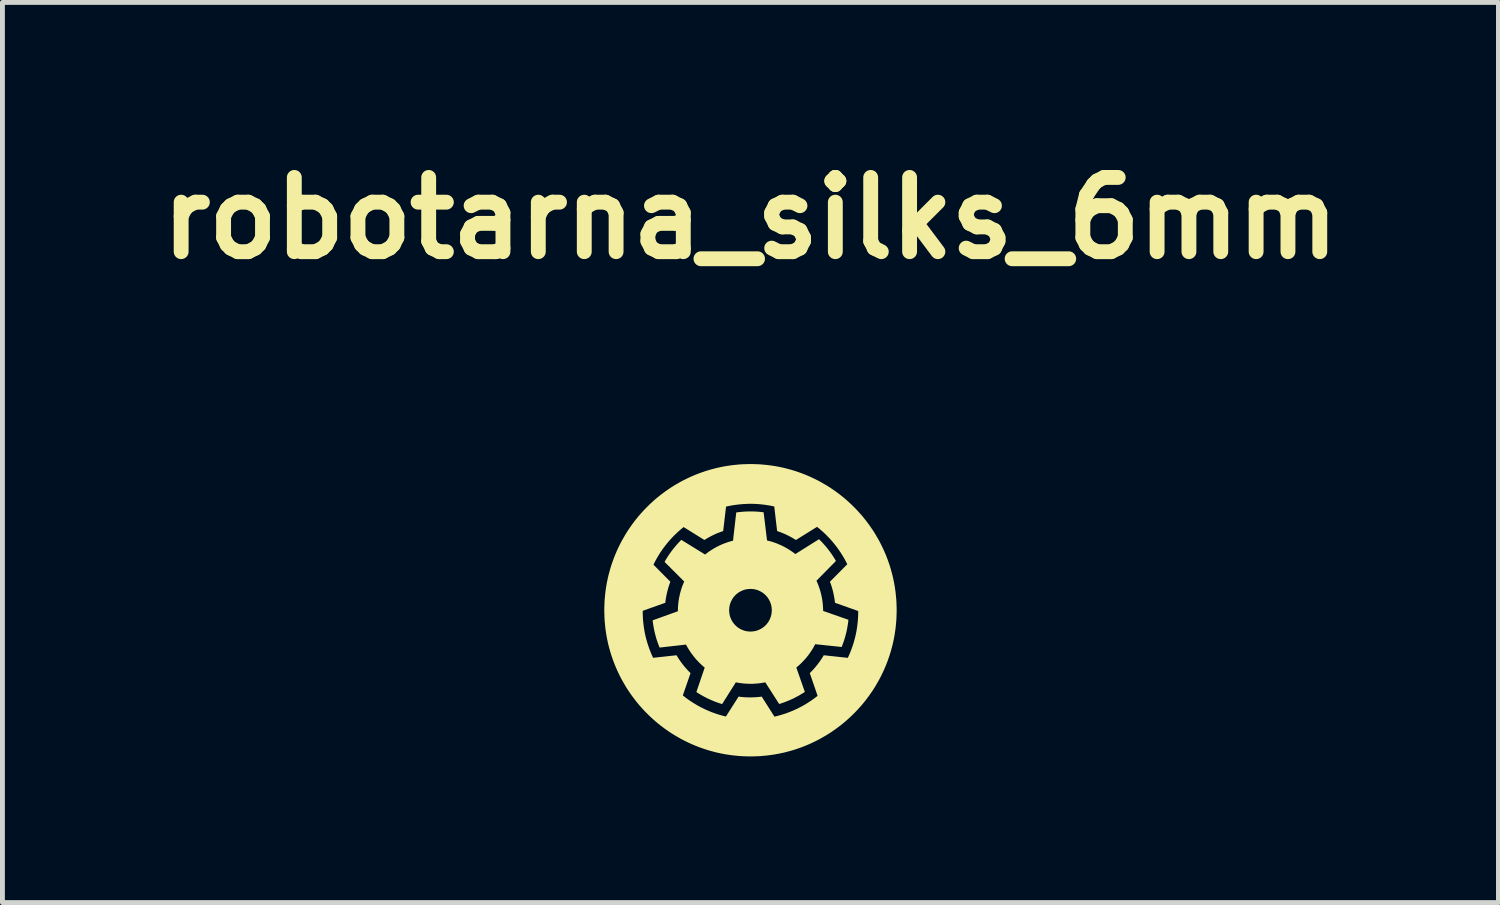
<source format=kicad_pcb>
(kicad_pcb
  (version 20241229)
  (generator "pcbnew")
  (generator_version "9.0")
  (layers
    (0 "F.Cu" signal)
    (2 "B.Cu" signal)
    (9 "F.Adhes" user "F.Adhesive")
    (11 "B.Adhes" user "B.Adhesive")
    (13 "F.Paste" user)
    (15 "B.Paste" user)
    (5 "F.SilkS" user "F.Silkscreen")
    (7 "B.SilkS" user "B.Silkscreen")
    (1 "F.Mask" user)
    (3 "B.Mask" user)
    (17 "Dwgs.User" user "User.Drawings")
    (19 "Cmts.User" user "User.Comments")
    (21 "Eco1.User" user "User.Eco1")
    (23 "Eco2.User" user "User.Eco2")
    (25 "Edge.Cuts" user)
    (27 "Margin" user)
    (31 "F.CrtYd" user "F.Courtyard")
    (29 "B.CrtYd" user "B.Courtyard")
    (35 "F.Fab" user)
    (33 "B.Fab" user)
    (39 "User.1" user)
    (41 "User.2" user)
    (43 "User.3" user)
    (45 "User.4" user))
  (footprint "robotarna_silks_6mm"
    (layer "F.Cu")
    (at 12.352 9.474)
    (property "Reference" "robotarna_silks_6mm" (at 0 -8.048 0) (layer "F.SilkS") (effects (font (size 1.524 1.524) (thickness 0.305))))
    (attr smd)
    (fp_poly (pts (xy -0.000005 0.438) (xy -1.984 0.368) (xy -1.977 0.4) (xy -1.971 0.431) (xy -1.963 0.463) (xy -1.956 0.494) (xy -1.947 0.525) (xy -1.939 0.556) (xy -1.93 0.587) (xy -1.92 0.617) (xy -1.91 0.647) (xy -1.899 0.677) (xy -1.888 0.707) (xy -1.877 0.737) (xy -1.865 0.766) (xy -1.323 0.705) (xy -1.307 0.734) (xy -1.292 0.762) (xy -1.275 0.79) (xy -1.258 0.817) (xy -1.241 0.844) (xy -1.222 0.871) (xy -1.204 0.897) (xy -1.184 0.923) (xy -1.165 0.948) (xy -1.144 0.973) (xy -1.124 0.998) (xy -1.102 1.022) (xy -1.08 1.045) (xy -1.058 1.068) (xy -1.035 1.091) (xy -1.012 1.113) (xy -0.988 1.135) (xy -0.964 1.156) (xy -0.939 1.176) (xy -1.11 1.678) (xy -1.083 1.696) (xy -1.056 1.713) (xy -1.028 1.73) (xy -1 1.746) (xy -0.972 1.762) (xy -0.944 1.777) (xy -0.915 1.792) (xy -0.886 1.807) (xy -0.856 1.821) (xy -0.827 1.834) (xy -0.797 1.847) (xy -0.767 1.86) (xy -0.737 1.872) (xy -0.706 1.884) (xy -0.675 1.895) (xy -0.644 1.906) (xy -0.613 1.916) (xy -0.582 1.926) (xy -0.3 1.479) (xy -0.268 1.486) (xy -0.235 1.491) (xy -0.203 1.496) (xy -0.17 1.5) (xy -0.136 1.504) (xy -0.103 1.506) (xy -0.069 1.508) (xy -0.035 1.509) (xy -0.001 1.51) (xy 0.03 1.51) (xy 0.061 1.509) (xy 0.092 1.507) (xy 0.123 1.505) (xy 0.154 1.502) (xy 0.184 1.499) (xy 0.214 1.495) (xy 0.244 1.49) (xy 0.274 1.485) (xy 0.304 1.479) (xy 0.589 1.924) (xy 0.62 1.915) (xy 0.651 1.904) (xy 0.682 1.894) (xy 0.713 1.882) (xy 0.743 1.87) (xy 0.773 1.858) (xy 0.803 1.846) (xy 0.833 1.832) (xy 0.863 1.819) (xy 0.892 1.805) (xy 0.921 1.79) (xy 0.949 1.775) (xy 0.978 1.76) (xy 1.006 1.744) (xy 1.034 1.727) (xy 1.061 1.711) (xy 1.089 1.694) (xy 1.116 1.676) (xy 0.941 1.176) (xy 0.966 1.155) (xy 0.991 1.133) (xy 1.015 1.112) (xy 1.039 1.089) (xy 1.062 1.066) (xy 1.084 1.043) (xy 1.106 1.019) (xy 1.128 0.995) (xy 1.149 0.97) (xy 1.17 0.944) (xy 1.19 0.919) (xy 1.209 0.892) (xy 1.228 0.866) (xy 1.246 0.839) (xy 1.264 0.811) (xy 1.281 0.783) (xy 1.297 0.755) (xy 1.313 0.726) (xy 1.329 0.697) (xy 1.872 0.754) (xy 1.883 0.725) (xy 1.894 0.695) (xy 1.905 0.665) (xy 1.916 0.635) (xy 1.925 0.605) (xy 1.935 0.575) (xy 1.944 0.544) (xy 1.952 0.514) (xy 1.96 0.483) (xy 1.968 0.451) (xy 1.975 0.42) (xy 1.981 0.389) (xy 1.987 0.357) (xy 1.993 0.325) (xy 1.998 0.293) (xy 2.003 0.261) (xy 2.007 0.228) (xy 2.01 0.196) (xy 1.491 0.014) (xy 1.491 -0.021) (xy 1.489 -0.056) (xy 1.487 -0.09) (xy 1.484 -0.124) (xy 1.481 -0.158) (xy 1.476 -0.192) (xy 1.471 -0.225) (xy 1.465 -0.259) (xy 1.459 -0.291) (xy 1.451 -0.324) (xy 1.443 -0.357) (xy 1.435 -0.389) (xy 1.425 -0.421) (xy 1.415 -0.452) (xy 1.404 -0.483) (xy 1.393 -0.514) (xy 1.381 -0.545) (xy 1.368 -0.575) (xy 1.354 -0.605) (xy 1.754 -1.011) (xy 1.737 -1.04) (xy 1.72 -1.069) (xy 1.702 -1.097) (xy 1.684 -1.125) (xy 1.665 -1.153) (xy 1.646 -1.18) (xy 1.626 -1.207) (xy 1.606 -1.234) (xy 1.585 -1.26) (xy 1.565 -1.286) (xy 1.543 -1.312) (xy 1.521 -1.337) (xy 1.499 -1.362) (xy 1.477 -1.387) (xy 1.454 -1.411) (xy 1.43 -1.434) (xy 1.407 -1.458) (xy 0.921 -1.153) (xy 0.895 -1.173) (xy 0.869 -1.192) (xy 0.843 -1.21) (xy 0.816 -1.228) (xy 0.789 -1.246) (xy 0.762 -1.262) (xy 0.734 -1.279) (xy 0.706 -1.294) (xy 0.677 -1.309) (xy 0.648 -1.324) (xy 0.619 -1.337) (xy 0.589 -1.35) (xy 0.559 -1.363) (xy 0.529 -1.375) (xy 0.498 -1.386) (xy 0.467 -1.397) (xy 0.436 -1.407) (xy 0.404 -1.416) (xy 0.372 -1.424) (xy 0.34 -1.432) (xy 0.27 -2.01) (xy 0.237 -2.014) (xy 0.204 -2.018) (xy 0.171 -2.021) (xy 0.138 -2.023) (xy 0.105 -2.025) (xy 0.071 -2.027) (xy 0.037 -2.027) (xy 0.003 -2.028) (xy -0.03 -2.027) (xy -0.063 -2.027) (xy -0.096 -2.025) (xy -0.13 -2.024) (xy -0.162 -2.021) (xy -0.195 -2.018) (xy -0.228 -2.015) (xy -0.26 -2.011) (xy -0.292 -2.006) (xy -0.358 -1.427) (xy -0.39 -1.419) (xy -0.422 -1.41) (xy -0.453 -1.401) (xy -0.484 -1.39) (xy -0.514 -1.379) (xy -0.545 -1.368) (xy -0.575 -1.356) (xy -0.604 -1.343) (xy -0.634 -1.33) (xy -0.663 -1.315) (xy -0.691 -1.301) (xy -0.719 -1.286) (xy -0.747 -1.27) (xy -0.775 -1.253) (xy -0.802 -1.236) (xy -0.829 -1.219) (xy -0.855 -1.201) (xy -0.881 -1.182) (xy -0.906 -1.163) (xy -0.931 -1.143) (xy -1.419 -1.444) (xy -1.443 -1.421) (xy -1.466 -1.396) (xy -1.489 -1.372) (xy -1.511 -1.347) (xy -1.533 -1.322) (xy -1.554 -1.296) (xy -1.576 -1.27) (xy -1.596 -1.244) (xy -1.617 -1.217) (xy -1.636 -1.19) (xy -1.656 -1.163) (xy -1.675 -1.135) (xy -1.693 -1.108) (xy -1.711 -1.079) (xy -1.729 -1.051) (xy -1.746 -1.022) (xy -1.763 -0.992) (xy -1.36 -0.589) (xy -1.373 -0.559) (xy -1.385 -0.53) (xy -1.397 -0.5) (xy -1.408 -0.469) (xy -1.418 -0.439) (xy -1.427 -0.408) (xy -1.436 -0.376) (xy -1.445 -0.345) (xy -1.452 -0.313) (xy -1.459 -0.281) (xy -1.466 -0.249) (xy -1.471 -0.216) (xy -1.476 -0.184) (xy -1.48 -0.151) (xy -1.483 -0.117) (xy -1.486 -0.084) (xy -1.488 -0.05) (xy -1.489 -0.017) (xy -1.49 0.018) (xy -1.49 0.021) (xy -2.007 0.207) (xy -2.004 0.239) (xy -1.999 0.272) (xy -1.995 0.304) (xy -1.989 0.336) (xy -1.984 0.368) (xy -0.000005 0.438) (xy -0.031 0.436) (xy -0.062 0.433) (xy -0.092 0.428) (xy -0.121 0.421) (xy -0.15 0.411) (xy -0.177 0.4) (xy -0.204 0.387) (xy -0.229 0.373) (xy -0.254 0.357) (xy -0.277 0.339) (xy -0.299 0.32) (xy -0.32 0.299) (xy -0.339 0.277) (xy -0.357 0.254) (xy -0.373 0.229) (xy -0.387 0.204) (xy -0.4 0.177) (xy -0.411 0.15) (xy -0.421 0.121) (xy -0.428 0.092) (xy -0.433 0.062) (xy -0.436 0.031) (xy -0.438 0.00001) (xy -0.436 -0.031) (xy -0.433 -0.062) (xy -0.428 -0.092) (xy -0.421 -0.121) (xy -0.411 -0.15) (xy -0.4 -0.177) (xy -0.387 -0.204) (xy -0.373 -0.229) (xy -0.357 -0.254) (xy -0.339 -0.277) (xy -0.32 -0.299) (xy -0.299 -0.32) (xy -0.277 -0.339) (xy -0.254 -0.357) (xy -0.229 -0.373) (xy -0.204 -0.387) (xy -0.177 -0.4) (xy -0.15 -0.411) (xy -0.121 -0.421) (xy -0.092 -0.428) (xy -0.062 -0.433) (xy -0.031 -0.436) (xy -0.000005 -0.438) (xy 0.031 -0.436) (xy 0.062 -0.433) (xy 0.092 -0.428) (xy 0.121 -0.421) (xy 0.15 -0.411) (xy 0.177 -0.4) (xy 0.204 -0.387) (xy 0.229 -0.373) (xy 0.254 -0.357) (xy 0.277 -0.339) (xy 0.299 -0.32) (xy 0.32 -0.299) (xy 0.339 -0.277) (xy 0.357 -0.254) (xy 0.373 -0.229) (xy 0.387 -0.204) (xy 0.4 -0.177) (xy 0.411 -0.15) (xy 0.421 -0.121) (xy 0.428 -0.092) (xy 0.433 -0.062) (xy 0.436 -0.031) (xy 0.438 0.00001) (xy 0.436 0.031) (xy 0.433 0.062) (xy 0.428 0.092) (xy 0.421 0.121) (xy 0.411 0.15) (xy 0.4 0.177) (xy 0.387 0.204) (xy 0.373 0.229) (xy 0.357 0.254) (xy 0.339 0.277) (xy 0.32 0.299) (xy 0.299 0.32) (xy 0.277 0.339) (xy 0.254 0.357) (xy 0.229 0.373) (xy 0.204 0.387) (xy 0.177 0.4) (xy 0.15 0.411) (xy 0.121 0.421) (xy 0.092 0.428) (xy 0.062 0.433) (xy 0.031 0.436) (xy -0.000005 0.438)) (stroke (width 0) (type solid)) (fill yes) (layer "F.SilkS"))
    (fp_poly (pts (xy 1.998 0.977) (xy 0.443 2.967) (xy 0.474 2.963) (xy 0.505 2.958) (xy 0.536 2.952) (xy 0.566 2.947) (xy 0.597 2.941) (xy 0.627 2.934) (xy 0.658 2.928) (xy 0.688 2.921) (xy 0.718 2.914) (xy 0.748 2.906) (xy 0.778 2.898) (xy 0.807 2.89) (xy 0.837 2.882) (xy 0.866 2.873) (xy 0.896 2.864) (xy 0.925 2.855) (xy 0.954 2.845) (xy 0.983 2.835) (xy 1.012 2.825) (xy 1.04 2.815) (xy 1.069 2.804) (xy 1.097 2.793) (xy 1.126 2.782) (xy 1.154 2.77) (xy 1.182 2.758) (xy 1.21 2.746) (xy 1.237 2.734) (xy 1.265 2.721) (xy 1.292 2.708) (xy 1.319 2.695) (xy 1.346 2.682) (xy 1.373 2.668) (xy 1.4 2.654) (xy 1.427 2.64) (xy 1.453 2.625) (xy 1.479 2.61) (xy 1.505 2.595) (xy 1.531 2.58) (xy 1.557 2.565) (xy 1.583 2.549) (xy 1.608 2.533) (xy 1.634 2.517) (xy 1.659 2.5) (xy 1.684 2.483) (xy 1.708 2.466) (xy 1.733 2.449) (xy 1.757 2.432) (xy 1.781 2.414) (xy 1.805 2.396) (xy 1.829 2.378) (xy 1.853 2.36) (xy 1.876 2.341) (xy 1.9 2.322) (xy 1.923 2.303) (xy 1.946 2.284) (xy 1.968 2.264) (xy 1.991 2.244) (xy 2.013 2.224) (xy 2.035 2.204) (xy 2.057 2.184) (xy 2.079 2.163) (xy 2.1 2.142) (xy 2.121 2.121) (xy 2.142 2.1) (xy 2.163 2.079) (xy 2.184 2.057) (xy 2.204 2.035) (xy 2.224 2.013) (xy 2.244 1.991) (xy 2.264 1.968) (xy 2.284 1.946) (xy 2.303 1.923) (xy 2.322 1.9) (xy 2.341 1.876) (xy 2.36 1.853) (xy 2.378 1.829) (xy 2.396 1.805) (xy 2.414 1.781) (xy 2.432 1.757) (xy 2.449 1.733) (xy 2.466 1.708) (xy 2.483 1.684) (xy 2.5 1.659) (xy 2.517 1.634) (xy 2.533 1.608) (xy 2.549 1.583) (xy 2.565 1.557) (xy 2.58 1.531) (xy 2.595 1.505) (xy 2.61 1.479) (xy 2.625 1.453) (xy 2.64 1.427) (xy 2.654 1.4) (xy 2.668 1.373) (xy 2.682 1.346) (xy 2.695 1.319) (xy 2.708 1.292) (xy 2.721 1.265) (xy 2.734 1.237) (xy 2.746 1.21) (xy 2.758 1.182) (xy 2.77 1.154) (xy 2.782 1.126) (xy 2.793 1.097) (xy 2.804 1.069) (xy 2.815 1.04) (xy 2.825 1.012) (xy 2.835 0.983) (xy 2.845 0.954) (xy 2.855 0.925) (xy 2.864 0.896) (xy 2.873 0.866) (xy 2.882 0.837) (xy 2.89 0.807) (xy 2.898 0.778) (xy 2.906 0.748) (xy 2.914 0.718) (xy 2.921 0.688) (xy 2.928 0.658) (xy 2.934 0.627) (xy 2.941 0.597) (xy 2.947 0.566) (xy 2.952 0.536) (xy 2.958 0.505) (xy 2.963 0.474) (xy 2.967 0.443) (xy 2.972 0.412) (xy 2.976 0.381) (xy 2.98 0.35) (xy 2.983 0.319) (xy 2.986 0.287) (xy 2.989 0.256) (xy 2.992 0.224) (xy 2.994 0.192) (xy 2.996 0.16) (xy 2.997 0.128) (xy 2.998 0.096) (xy 2.999 0.064) (xy 3 0.032) (xy 3 0.000008) (xy 3 -0.032) (xy 2.999 -0.064) (xy 2.998 -0.096) (xy 2.997 -0.128) (xy 2.996 -0.16) (xy 2.994 -0.192) (xy 2.992 -0.224) (xy 2.989 -0.256) (xy 2.986 -0.287) (xy 2.983 -0.319) (xy 2.98 -0.35) (xy 2.976 -0.381) (xy 2.972 -0.412) (xy 2.967 -0.443) (xy 2.963 -0.474) (xy 2.958 -0.505) (xy 2.952 -0.536) (xy 2.947 -0.566) (xy 2.941 -0.597) (xy 2.934 -0.627) (xy 2.928 -0.658) (xy 2.921 -0.688) (xy 2.914 -0.718) (xy 2.906 -0.748) (xy 2.898 -0.778) (xy 2.89 -0.807) (xy 2.882 -0.837) (xy 2.873 -0.866) (xy 2.864 -0.896) (xy 2.855 -0.925) (xy 2.845 -0.954) (xy 2.835 -0.983) (xy 2.825 -1.012) (xy 2.815 -1.04) (xy 2.804 -1.069) (xy 2.793 -1.097) (xy 2.782 -1.126) (xy 2.77 -1.154) (xy 2.758 -1.182) (xy 2.746 -1.21) (xy 2.734 -1.237) (xy 2.721 -1.265) (xy 2.708 -1.292) (xy 2.695 -1.319) (xy 2.682 -1.346) (xy 2.668 -1.373) (xy 2.654 -1.4) (xy 2.64 -1.427) (xy 2.625 -1.453) (xy 2.61 -1.479) (xy 2.595 -1.505) (xy 2.58 -1.531) (xy 2.565 -1.557) (xy 2.549 -1.583) (xy 2.533 -1.608) (xy 2.517 -1.634) (xy 2.5 -1.659) (xy 2.483 -1.684) (xy 2.466 -1.708) (xy 2.449 -1.733) (xy 2.432 -1.757) (xy 2.414 -1.781) (xy 2.396 -1.805) (xy 2.378 -1.829) (xy 2.36 -1.853) (xy 2.341 -1.876) (xy 2.322 -1.9) (xy 2.303 -1.923) (xy 2.284 -1.946) (xy 2.264 -1.968) (xy 2.244 -1.991) (xy 2.224 -2.013) (xy 2.204 -2.035) (xy 2.184 -2.057) (xy 2.163 -2.079) (xy 2.142 -2.1) (xy 2.121 -2.121) (xy 2.1 -2.142) (xy 2.079 -2.163) (xy 2.057 -2.184) (xy 2.035 -2.204) (xy 2.013 -2.224) (xy 1.991 -2.244) (xy 1.968 -2.264) (xy 1.946 -2.284) (xy 1.923 -2.303) (xy 1.9 -2.322) (xy 1.876 -2.341) (xy 1.853 -2.36) (xy 1.829 -2.378) (xy 1.805 -2.396) (xy 1.781 -2.414) (xy 1.757 -2.432) (xy 1.733 -2.449) (xy 1.708 -2.466) (xy 1.684 -2.483) (xy 1.659 -2.5) (xy 1.634 -2.517) (xy 1.608 -2.533) (xy 1.583 -2.549) (xy 1.557 -2.565) (xy 1.531 -2.58) (xy 1.505 -2.595) (xy 1.479 -2.61) (xy 1.453 -2.625) (xy 1.427 -2.64) (xy 1.4 -2.654) (xy 1.373 -2.668) (xy 1.346 -2.682) (xy 1.319 -2.695) (xy 1.292 -2.708) (xy 1.265 -2.721) (xy 1.237 -2.734) (xy 1.21 -2.746) (xy 1.182 -2.758) (xy 1.154 -2.77) (xy 1.126 -2.782) (xy 1.097 -2.793) (xy 1.069 -2.804) (xy 1.04 -2.815) (xy 1.012 -2.825) (xy 0.983 -2.835) (xy 0.954 -2.845) (xy 0.925 -2.855) (xy 0.896 -2.864) (xy 0.866 -2.873) (xy 0.837 -2.882) (xy 0.807 -2.89) (xy 0.778 -2.898) (xy 0.748 -2.906) (xy 0.718 -2.914) (xy 0.688 -2.921) (xy 0.658 -2.928) (xy 0.627 -2.934) (xy 0.597 -2.941) (xy 0.566 -2.947) (xy 0.536 -2.952) (xy 0.505 -2.958) (xy 0.474 -2.963) (xy 0.443 -2.967) (xy 0.412 -2.972) (xy 0.381 -2.976) (xy 0.35 -2.98) (xy 0.319 -2.983) (xy 0.287 -2.986) (xy 0.256 -2.989) (xy 0.224 -2.992) (xy 0.192 -2.994) (xy 0.16 -2.996) (xy 0.128 -2.997) (xy 0.096 -2.998) (xy 0.064 -2.999) (xy 0.032 -3) (xy -0.000008 -3) (xy -0.032 -3) (xy -0.064 -2.999) (xy -0.096 -2.998) (xy -0.128 -2.997) (xy -0.16 -2.996) (xy -0.192 -2.994) (xy -0.224 -2.992) (xy -0.256 -2.989) (xy -0.287 -2.986) (xy -0.319 -2.983) (xy -0.35 -2.98) (xy -0.381 -2.976) (xy -0.412 -2.972) (xy -0.443 -2.967) (xy -0.474 -2.963) (xy -0.505 -2.958) (xy -0.536 -2.952) (xy -0.566 -2.947) (xy -0.597 -2.941) (xy -0.627 -2.934) (xy -0.658 -2.928) (xy -0.688 -2.921) (xy -0.718 -2.914) (xy -0.748 -2.906) (xy -0.778 -2.898) (xy -0.807 -2.89) (xy -0.837 -2.882) (xy -0.866 -2.873) (xy -0.896 -2.864) (xy -0.925 -2.855) (xy -0.954 -2.845) (xy -0.983 -2.835) (xy -1.012 -2.825) (xy -1.04 -2.815) (xy -1.069 -2.804) (xy -1.097 -2.793) (xy -1.126 -2.782) (xy -1.154 -2.77) (xy -1.182 -2.758) (xy -1.21 -2.746) (xy -1.237 -2.734) (xy -1.265 -2.721) (xy -1.292 -2.708) (xy -1.319 -2.695) (xy -1.346 -2.682) (xy -1.373 -2.668) (xy -1.4 -2.654) (xy -1.427 -2.64) (xy -1.453 -2.625) (xy -1.479 -2.61) (xy -1.505 -2.595) (xy -1.531 -2.58) (xy -1.557 -2.565) (xy -1.583 -2.549) (xy -1.608 -2.533) (xy -1.634 -2.517) (xy -1.659 -2.5) (xy -1.684 -2.483) (xy -1.708 -2.466) (xy -1.733 -2.449) (xy -1.757 -2.432) (xy -1.781 -2.414) (xy -1.805 -2.396) (xy -1.829 -2.378) (xy -1.853 -2.36) (xy -1.876 -2.341) (xy -1.9 -2.322) (xy -1.923 -2.303) (xy -1.946 -2.284) (xy -1.968 -2.264) (xy -1.991 -2.244) (xy -2.013 -2.224) (xy -2.035 -2.204) (xy -2.057 -2.184) (xy -2.079 -2.163) (xy -2.1 -2.142) (xy -2.121 -2.121) (xy -2.142 -2.1) (xy -2.163 -2.079) (xy -2.184 -2.057) (xy -2.204 -2.035) (xy -2.224 -2.013) (xy -2.244 -1.991) (xy -2.264 -1.968) (xy -2.284 -1.946) (xy -2.303 -1.923) (xy -2.322 -1.9) (xy -2.341 -1.876) (xy -2.36 -1.853) (xy -2.378 -1.829) (xy -2.396 -1.805) (xy -2.414 -1.781) (xy -2.432 -1.757) (xy -2.449 -1.733) (xy -2.466 -1.708) (xy -2.483 -1.684) (xy -2.5 -1.659) (xy -2.517 -1.634) (xy -2.533 -1.608) (xy -2.549 -1.583) (xy -2.565 -1.557) (xy -2.58 -1.531) (xy -2.595 -1.505) (xy -2.61 -1.479) (xy -2.625 -1.453) (xy -2.64 -1.427) (xy -2.654 -1.4) (xy -2.668 -1.373) (xy -2.682 -1.346) (xy -2.695 -1.319) (xy -2.708 -1.292) (xy -2.721 -1.265) (xy -2.734 -1.237) (xy -2.746 -1.21) (xy -2.758 -1.182) (xy -2.77 -1.154) (xy -2.782 -1.126) (xy -2.793 -1.097) (xy -2.804 -1.069) (xy -2.815 -1.04) (xy -2.825 -1.012) (xy -2.835 -0.983) (xy -2.845 -0.954) (xy -2.855 -0.925) (xy -2.864 -0.896) (xy -2.873 -0.866) (xy -2.882 -0.837) (xy -2.89 -0.807) (xy -2.898 -0.778) (xy -2.906 -0.748) (xy -2.914 -0.718) (xy -2.921 -0.688) (xy -2.928 -0.658) (xy -2.934 -0.627) (xy -2.941 -0.597) (xy -2.947 -0.566) (xy -2.952 -0.536) (xy -2.958 -0.505) (xy -2.963 -0.474) (xy -2.967 -0.443) (xy -2.972 -0.412) (xy -2.976 -0.381) (xy -2.98 -0.35) (xy -2.983 -0.319) (xy -2.986 -0.287) (xy -2.989 -0.256) (xy -2.992 -0.224) (xy -2.994 -0.192) (xy -2.996 -0.16) (xy -2.997 -0.128) (xy -2.998 -0.096) (xy -2.999 -0.064) (xy -3 -0.032) (xy -3 0.000008) (xy -3 0.032) (xy -2.999 0.064) (xy -2.998 0.096) (xy -2.997 0.128) (xy -2.996 0.16) (xy -2.994 0.192) (xy -2.992 0.224) (xy -2.989 0.256) (xy -2.986 0.287) (xy -2.983 0.319) (xy -2.98 0.35) (xy -2.976 0.381) (xy -2.972 0.412) (xy -2.967 0.443) (xy -2.963 0.474) (xy -2.958 0.505) (xy -2.952 0.536) (xy -2.947 0.566) (xy -2.941 0.597) (xy -2.934 0.627) (xy -2.928 0.658) (xy -2.921 0.688) (xy -2.914 0.718) (xy -2.906 0.748) (xy -2.898 0.778) (xy -2.89 0.807) (xy -2.882 0.837) (xy -2.873 0.866) (xy -2.864 0.896) (xy -2.855 0.925) (xy -2.845 0.954) (xy -2.835 0.983) (xy -2.825 1.012) (xy -2.815 1.04) (xy -2.804 1.069) (xy -2.793 1.097) (xy -2.782 1.126) (xy -2.77 1.154) (xy -2.758 1.182) (xy -2.746 1.21) (xy -2.734 1.237) (xy -2.721 1.265) (xy -2.708 1.292) (xy -2.695 1.319) (xy -2.682 1.346) (xy -2.668 1.373) (xy -2.654 1.4) (xy -2.64 1.427) (xy -2.625 1.453) (xy -2.61 1.479) (xy -2.595 1.505) (xy -2.58 1.531) (xy -2.565 1.557) (xy -2.549 1.583) (xy -2.533 1.608) (xy -2.517 1.634) (xy -2.5 1.659) (xy -2.483 1.684) (xy -2.466 1.708) (xy -2.449 1.733) (xy -2.432 1.757) (xy -2.414 1.781) (xy -2.396 1.805) (xy -2.378 1.829) (xy -2.36 1.853) (xy -2.341 1.876) (xy -2.322 1.9) (xy -2.303 1.923) (xy -2.284 1.946) (xy -2.264 1.968) (xy -2.244 1.991) (xy -2.224 2.013) (xy -2.204 2.035) (xy -2.184 2.057) (xy -2.163 2.079) (xy -2.142 2.1) (xy -2.121 2.121) (xy -2.1 2.142) (xy -2.079 2.163) (xy -2.057 2.184) (xy -2.035 2.204) (xy -2.013 2.224) (xy -1.991 2.244) (xy -1.968 2.264) (xy -1.946 2.284) (xy -1.923 2.303) (xy -1.9 2.322) (xy -1.876 2.341) (xy -1.853 2.36) (xy -1.829 2.378) (xy -1.805 2.396) (xy -1.781 2.414) (xy -1.757 2.432) (xy -1.733 2.449) (xy -1.708 2.466) (xy -1.684 2.483) (xy -1.659 2.5) (xy -1.634 2.517) (xy -1.608 2.533) (xy -1.583 2.549) (xy -1.557 2.565) (xy -1.531 2.58) (xy -1.505 2.595) (xy -1.479 2.61) (xy -1.453 2.625) (xy -1.427 2.64) (xy -1.4 2.654) (xy -1.373 2.668) (xy -1.346 2.682) (xy -1.319 2.695) (xy -1.292 2.708) (xy -1.265 2.721) (xy -1.237 2.734) (xy -1.21 2.746) (xy -1.182 2.758) (xy -1.154 2.77) (xy -1.126 2.782) (xy -1.097 2.793) (xy -1.069 2.804) (xy -1.04 2.815) (xy -1.012 2.825) (xy -0.983 2.835) (xy -0.954 2.845) (xy -0.925 2.855) (xy -0.896 2.864) (xy -0.866 2.873) (xy -0.837 2.882) (xy -0.807 2.89) (xy -0.778 2.898) (xy -0.748 2.906) (xy -0.718 2.914) (xy -0.688 2.921) (xy -0.658 2.928) (xy -0.627 2.934) (xy -0.597 2.941) (xy -0.566 2.947) (xy -0.536 2.952) (xy -0.505 2.958) (xy -0.474 2.963) (xy -0.443 2.967) (xy -0.412 2.972) (xy -0.381 2.976) (xy -0.35 2.98) (xy -0.319 2.983) (xy -0.287 2.986) (xy -0.256 2.989) (xy -0.224 2.992) (xy -0.192 2.994) (xy -0.16 2.996) (xy -0.128 2.997) (xy -0.096 2.998) (xy -0.064 2.999) (xy -0.032 3) (xy -0.000008 3) (xy 0.032 3) (xy 0.064 2.999) (xy 0.096 2.998) (xy 0.128 2.997) (xy 0.16 2.996) (xy 0.192 2.994) (xy 0.224 2.992) (xy 0.256 2.989) (xy 0.287 2.986) (xy 0.319 2.983) (xy 0.35 2.98) (xy 0.381 2.976) (xy 0.412 2.972) (xy 0.443 2.967) (xy 1.998 0.977) (xy 1.504 0.924) (xy 1.487 0.953) (xy 1.469 0.981) (xy 1.451 1.009) (xy 1.432 1.036) (xy 1.413 1.064) (xy 1.393 1.09) (xy 1.373 1.117) (xy 1.352 1.143) (xy 1.331 1.169) (xy 1.309 1.194) (xy 1.287 1.219) (xy 1.264 1.243) (xy 1.241 1.267) (xy 1.217 1.29) (xy 1.378 1.757) (xy 1.352 1.777) (xy 1.326 1.797) (xy 1.3 1.816) (xy 1.273 1.835) (xy 1.247 1.854) (xy 1.219 1.872) (xy 1.192 1.89) (xy 1.164 1.908) (xy 1.136 1.925) (xy 1.108 1.942) (xy 1.08 1.958) (xy 1.051 1.974) (xy 1.022 1.989) (xy 0.992 2.004) (xy 0.963 2.019) (xy 0.933 2.033) (xy 0.903 2.047) (xy 0.873 2.06) (xy 0.842 2.073) (xy 0.812 2.085) (xy 0.781 2.097) (xy 0.749 2.109) (xy 0.718 2.12) (xy 0.686 2.13) (xy 0.655 2.14) (xy 0.622 2.15) (xy 0.59 2.159) (xy 0.558 2.168) (xy 0.525 2.176) (xy 0.492 2.184) (xy 0.231 1.773) (xy 0.202 1.776) (xy 0.173 1.78) (xy 0.143 1.782) (xy 0.114 1.785) (xy 0.084 1.786) (xy 0.054 1.788) (xy 0.024 1.788) (xy -0.006 1.789) (xy -0.037 1.788) (xy -0.067 1.788) (xy -0.097 1.786) (xy -0.126 1.785) (xy -0.156 1.782) (xy -0.186 1.78) (xy -0.215 1.776) (xy -0.244 1.773) (xy -0.504 2.181) (xy -0.536 2.173) (xy -0.569 2.165) (xy -0.601 2.156) (xy -0.634 2.147) (xy -0.666 2.137) (xy -0.697 2.127) (xy -0.729 2.116) (xy -0.76 2.105) (xy -0.792 2.093) (xy -0.823 2.081) (xy -0.853 2.068) (xy -0.884 2.055) (xy -0.914 2.042) (xy -0.944 2.028) (xy -0.974 2.013) (xy -1.003 1.999) (xy -1.033 1.983) (xy -1.062 1.968) (xy -1.09 1.952) (xy -1.119 1.935) (xy -1.147 1.918) (xy -1.175 1.901) (xy -1.203 1.883) (xy -1.23 1.865) (xy -1.257 1.847) (xy -1.284 1.828) (xy -1.31 1.809) (xy -1.337 1.789) (xy -1.362 1.769) (xy -1.388 1.749) (xy -1.23 1.29) (xy -1.254 1.267) (xy -1.277 1.243) (xy -1.299 1.219) (xy -1.322 1.194) (xy -1.343 1.169) (xy -1.365 1.143) (xy -1.386 1.117) (xy -1.406 1.09) (xy -1.426 1.064) (xy -1.445 1.036) (xy -1.464 1.009) (xy -1.482 0.981) (xy -1.5 0.953) (xy -1.517 0.924) (xy -1.998 0.976) (xy -2.012 0.947) (xy -2.025 0.918) (xy -2.037 0.889) (xy -2.05 0.859) (xy -2.061 0.829) (xy -2.073 0.799) (xy -2.084 0.769) (xy -2.094 0.739) (xy -2.104 0.708) (xy -2.114 0.678) (xy -2.123 0.647) (xy -2.132 0.616) (xy -2.141 0.584) (xy -2.149 0.553) (xy -2.156 0.521) (xy -2.163 0.489) (xy -2.17 0.457) (xy -2.176 0.425) (xy -2.181 0.393) (xy -2.186 0.36) (xy -2.191 0.328) (xy -2.195 0.295) (xy -2.199 0.262) (xy -2.202 0.229) (xy -2.205 0.196) (xy -2.207 0.162) (xy -2.209 0.129) (xy -2.21 0.095) (xy -2.211 0.061) (xy -2.211 0.028) (xy -2.211 0.012) (xy -1.748 -0.153) (xy -1.744 -0.185) (xy -1.74 -0.217) (xy -1.735 -0.249) (xy -1.729 -0.28) (xy -1.723 -0.312) (xy -1.717 -0.343) (xy -1.709 -0.374) (xy -1.702 -0.405) (xy -1.693 -0.435) (xy -1.685 -0.466) (xy -1.675 -0.496) (xy -1.666 -0.526) (xy -1.655 -0.555) (xy -1.644 -0.585) (xy -1.991 -0.935) (xy -1.976 -0.965) (xy -1.961 -0.995) (xy -1.945 -1.024) (xy -1.929 -1.054) (xy -1.913 -1.083) (xy -1.896 -1.111) (xy -1.878 -1.14) (xy -1.861 -1.168) (xy -1.842 -1.196) (xy -1.824 -1.223) (xy -1.805 -1.251) (xy -1.785 -1.278) (xy -1.765 -1.304) (xy -1.745 -1.331) (xy -1.724 -1.357) (xy -1.703 -1.383) (xy -1.682 -1.408) (xy -1.66 -1.433) (xy -1.638 -1.458) (xy -1.616 -1.482) (xy -1.593 -1.506) (xy -1.57 -1.53) (xy -1.546 -1.553) (xy -1.522 -1.576) (xy -1.498 -1.599) (xy -1.473 -1.621) (xy -1.449 -1.643) (xy -1.423 -1.665) (xy -1.398 -1.686) (xy -1.372 -1.707) (xy -0.946 -1.442) (xy -0.918 -1.459) (xy -0.89 -1.476) (xy -0.861 -1.492) (xy -0.833 -1.508) (xy -0.804 -1.523) (xy -0.774 -1.538) (xy -0.745 -1.552) (xy -0.715 -1.566) (xy -0.684 -1.579) (xy -0.654 -1.591) (xy -0.623 -1.603) (xy -0.592 -1.614) (xy -0.56 -1.625) (xy -0.501 -2.127) (xy -0.469 -2.134) (xy -0.436 -2.141) (xy -0.404 -2.147) (xy -0.371 -2.153) (xy -0.338 -2.158) (xy -0.305 -2.163) (xy -0.272 -2.167) (xy -0.238 -2.171) (xy -0.205 -2.174) (xy -0.171 -2.177) (xy -0.137 -2.18) (xy -0.103 -2.181) (xy -0.069 -2.183) (xy -0.034 -2.184) (xy -0.000008 -2.184) (xy 0.033 -2.184) (xy 0.067 -2.183) (xy 0.1 -2.182) (xy 0.133 -2.18) (xy 0.166 -2.178) (xy 0.199 -2.175) (xy 0.232 -2.172) (xy 0.264 -2.168) (xy 0.297 -2.164) (xy 0.329 -2.159) (xy 0.361 -2.154) (xy 0.393 -2.149) (xy 0.425 -2.143) (xy 0.457 -2.136) (xy 0.488 -2.13) (xy 0.547 -1.625) (xy 0.579 -1.614) (xy 0.61 -1.603) (xy 0.641 -1.591) (xy 0.671 -1.579) (xy 0.702 -1.566) (xy 0.732 -1.552) (xy 0.761 -1.538) (xy 0.791 -1.523) (xy 0.82 -1.508) (xy 0.849 -1.492) (xy 0.877 -1.476) (xy 0.905 -1.459) (xy 0.933 -1.442) (xy 1.366 -1.711) (xy 1.392 -1.691) (xy 1.418 -1.67) (xy 1.443 -1.648) (xy 1.468 -1.626) (xy 1.493 -1.604) (xy 1.517 -1.582) (xy 1.541 -1.559) (xy 1.564 -1.535) (xy 1.587 -1.512) (xy 1.61 -1.488) (xy 1.633 -1.464) (xy 1.655 -1.439) (xy 1.677 -1.414) (xy 1.698 -1.389) (xy 1.719 -1.363) (xy 1.74 -1.337) (xy 1.76 -1.311) (xy 1.78 -1.285) (xy 1.799 -1.258) (xy 1.819 -1.231) (xy 1.837 -1.203) (xy 1.856 -1.176) (xy 1.873 -1.148) (xy 1.891 -1.119) (xy 1.908 -1.091) (xy 1.925 -1.062) (xy 1.941 -1.033) (xy 1.957 -1.003) (xy 1.972 -0.974) (xy 1.987 -0.944) (xy 1.631 -0.585) (xy 1.642 -0.555) (xy 1.653 -0.526) (xy 1.663 -0.496) (xy 1.672 -0.466) (xy 1.681 -0.435) (xy 1.689 -0.405) (xy 1.697 -0.374) (xy 1.704 -0.343) (xy 1.71 -0.312) (xy 1.716 -0.28) (xy 1.722 -0.249) (xy 1.727 -0.217) (xy 1.731 -0.185) (xy 1.735 -0.153) (xy 2.211 0.016) (xy 2.211 0.028) (xy 2.211 0.061) (xy 2.21 0.095) (xy 2.209 0.129) (xy 2.207 0.163) (xy 2.205 0.196) (xy 2.202 0.229) (xy 2.199 0.262) (xy 2.195 0.295) (xy 2.191 0.328) (xy 2.186 0.361) (xy 2.181 0.393) (xy 2.176 0.426) (xy 2.169 0.458) (xy 2.163 0.49) (xy 2.156 0.522) (xy 2.148 0.554) (xy 2.14 0.585) (xy 2.132 0.616) (xy 2.123 0.648) (xy 2.114 0.679) (xy 2.104 0.709) (xy 2.094 0.74) (xy 2.083 0.77) (xy 2.072 0.801) (xy 2.061 0.83) (xy 2.049 0.86) (xy 2.037 0.89) (xy 2.024 0.919) (xy 2.011 0.948) (xy 1.998 0.977)) (stroke (width 0) (type solid)) (fill yes) (layer "F.SilkS")))
  (gr_rect
    (start -3 -3)
    (end 27.703 15.474)
    (stroke (width 0.1) (type default))
    (fill no)
    (layer "Edge.Cuts")))
</source>
